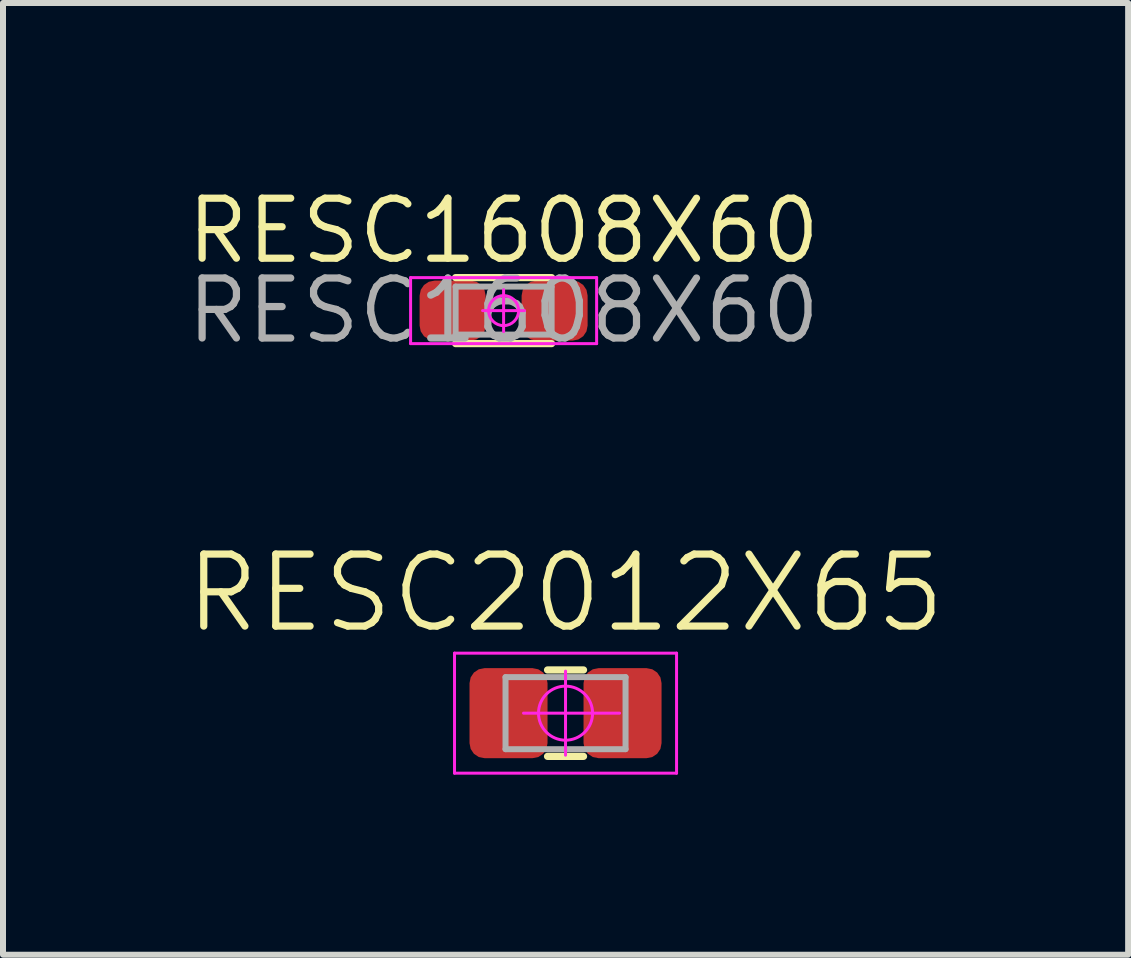
<source format=kicad_pcb>
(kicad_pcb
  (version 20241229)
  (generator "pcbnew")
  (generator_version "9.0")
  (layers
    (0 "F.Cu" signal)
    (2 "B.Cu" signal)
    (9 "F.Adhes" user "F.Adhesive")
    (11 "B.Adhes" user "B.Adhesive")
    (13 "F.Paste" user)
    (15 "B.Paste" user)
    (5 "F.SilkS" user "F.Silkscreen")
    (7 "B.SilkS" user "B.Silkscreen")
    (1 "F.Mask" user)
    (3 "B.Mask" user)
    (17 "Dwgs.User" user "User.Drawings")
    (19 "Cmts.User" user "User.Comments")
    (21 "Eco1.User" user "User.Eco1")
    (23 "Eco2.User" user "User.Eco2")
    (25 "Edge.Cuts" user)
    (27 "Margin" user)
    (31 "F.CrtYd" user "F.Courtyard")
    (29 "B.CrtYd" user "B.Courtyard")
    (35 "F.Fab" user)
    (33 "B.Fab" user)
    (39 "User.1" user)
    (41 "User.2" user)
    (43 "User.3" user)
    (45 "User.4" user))
  (footprint "RESC1608X60"
    (layer "F.Cu")
    (at 5.342 2.126)
    (property "Reference" "RESC1608X60" (at 0 -1.33 0) (layer "F.SilkS") (effects (font (size 1 1) (thickness 0.12))))
    (attr smd)
    (fp_line (start -0.8 -0.55) (end 0.8 -0.55) (stroke (width 0.12) (type solid)) (layer "F.SilkS"))
    (fp_line (start -0.8 0.55) (end 0.8 0.55) (stroke (width 0.12) (type solid)) (layer "F.SilkS"))
    (fp_line (start -1.55 -0.55) (end -1.55 0.55) (stroke (width 0.05) (type solid)) (layer "F.CrtYd"))
    (fp_line (start -1.55 0.55) (end 1.55 0.55) (stroke (width 0.05) (type solid)) (layer "F.CrtYd"))
    (fp_line (start 0 -0.35) (end 0 0.35) (stroke (width 0.05) (type solid)) (layer "F.CrtYd"))
    (fp_line (start 0.35 0) (end -0.35 0) (stroke (width 0.05) (type solid)) (layer "F.CrtYd"))
    (fp_line (start 1.55 -0.55) (end -1.55 -0.55) (stroke (width 0.05) (type solid)) (layer "F.CrtYd"))
    (fp_line (start 1.55 0.55) (end 1.55 -0.55) (stroke (width 0.05) (type solid)) (layer "F.CrtYd"))
    (fp_circle (center 0 0) (end 0.25 0) (stroke (width 0.05) (type solid)) (fill no) (layer "F.CrtYd"))
    (fp_line (start -0.8 -0.4) (end -0.8 0.4) (stroke (width 0.1) (type solid)) (layer "F.Fab"))
    (fp_line (start -0.8 0.4) (end 0.8 0.4) (stroke (width 0.1) (type solid)) (layer "F.Fab"))
    (fp_line (start 0.8 -0.4) (end -0.8 -0.4) (stroke (width 0.1) (type solid)) (layer "F.Fab"))
    (fp_line (start 0.8 0.4) (end 0.8 -0.4) (stroke (width 0.1) (type solid)) (layer "F.Fab"))
    (fp_text user "${REFERENCE}" (at 0 0 0) (layer "F.Fab") (effects (font (size 1 1) (thickness 0.12))))
    (pad "1" smd roundrect (at -0.85 0) (size 1.1 1) (layers "F.Cu" "F.Mask" "F.Paste") (roundrect_rratio 0.25))
    (pad "2" smd roundrect (at 0.85 0) (size 1.1 1) (layers "F.Cu" "F.Mask" "F.Paste") (roundrect_rratio 0.25)))
  (footprint "RESC2012X65"
    (layer "F.Cu")
    (at 6.374 8.834)
    (property "Reference" "RESC2012X65" (at 0 -2 0) (layer "F.SilkS") (effects (font (size 1.2 1.2) (thickness 0.12))))
    (attr through_hole)
    (fp_line (start -0.3 0.72) (end 0.3 0.72) (stroke (width 0.12) (type solid)) (layer "F.SilkS"))
    (fp_line (start 0.3 -0.72) (end -0.3 -0.72) (stroke (width 0.12) (type solid)) (layer "F.SilkS"))
    (fp_line (start -1.85 -1) (end 1.85 -1) (stroke (width 0.05) (type solid)) (layer "F.CrtYd"))
    (fp_line (start -1.85 1) (end -1.85 -1) (stroke (width 0.05) (type solid)) (layer "F.CrtYd"))
    (fp_line (start -0.7 0) (end 0.9 0) (stroke (width 0.05) (type solid)) (layer "F.CrtYd"))
    (fp_line (start 0 -0.7) (end 0 0.7) (stroke (width 0.05) (type solid)) (layer "F.CrtYd"))
    (fp_line (start 1.85 -1) (end 1.85 1) (stroke (width 0.05) (type solid)) (layer "F.CrtYd"))
    (fp_line (start 1.85 1) (end -1.85 1) (stroke (width 0.05) (type solid)) (layer "F.CrtYd"))
    (fp_circle (center 0 0) (end 0.45 0.02) (stroke (width 0.05) (type solid)) (fill no) (layer "F.CrtYd"))
    (fp_line (start -1 -0.6) (end 1 -0.6) (stroke (width 0.1) (type solid)) (layer "F.Fab"))
    (fp_line (start -1 0.6) (end -1 -0.6) (stroke (width 0.1) (type solid)) (layer "F.Fab"))
    (fp_line (start 1 -0.6) (end 1 0.6) (stroke (width 0.1) (type solid)) (layer "F.Fab"))
    (fp_line (start 1 0.6) (end -1 0.6) (stroke (width 0.1) (type solid)) (layer "F.Fab"))
    (pad "1" smd roundrect (at -0.95 0) (size 1.3 1.5) (layers "F.Cu" "F.Mask" "F.Paste") (roundrect_rratio 0.192))
    (pad "2" smd roundrect (at 0.95 0) (size 1.3 1.5) (layers "F.Cu" "F.Mask" "F.Paste") (roundrect_rratio 0.192)))
  (gr_rect
    (start -3 -3)
    (end 15.749 12.859)
    (stroke (width 0.1) (type default))
    (fill no)
    (layer "Edge.Cuts")))
</source>
